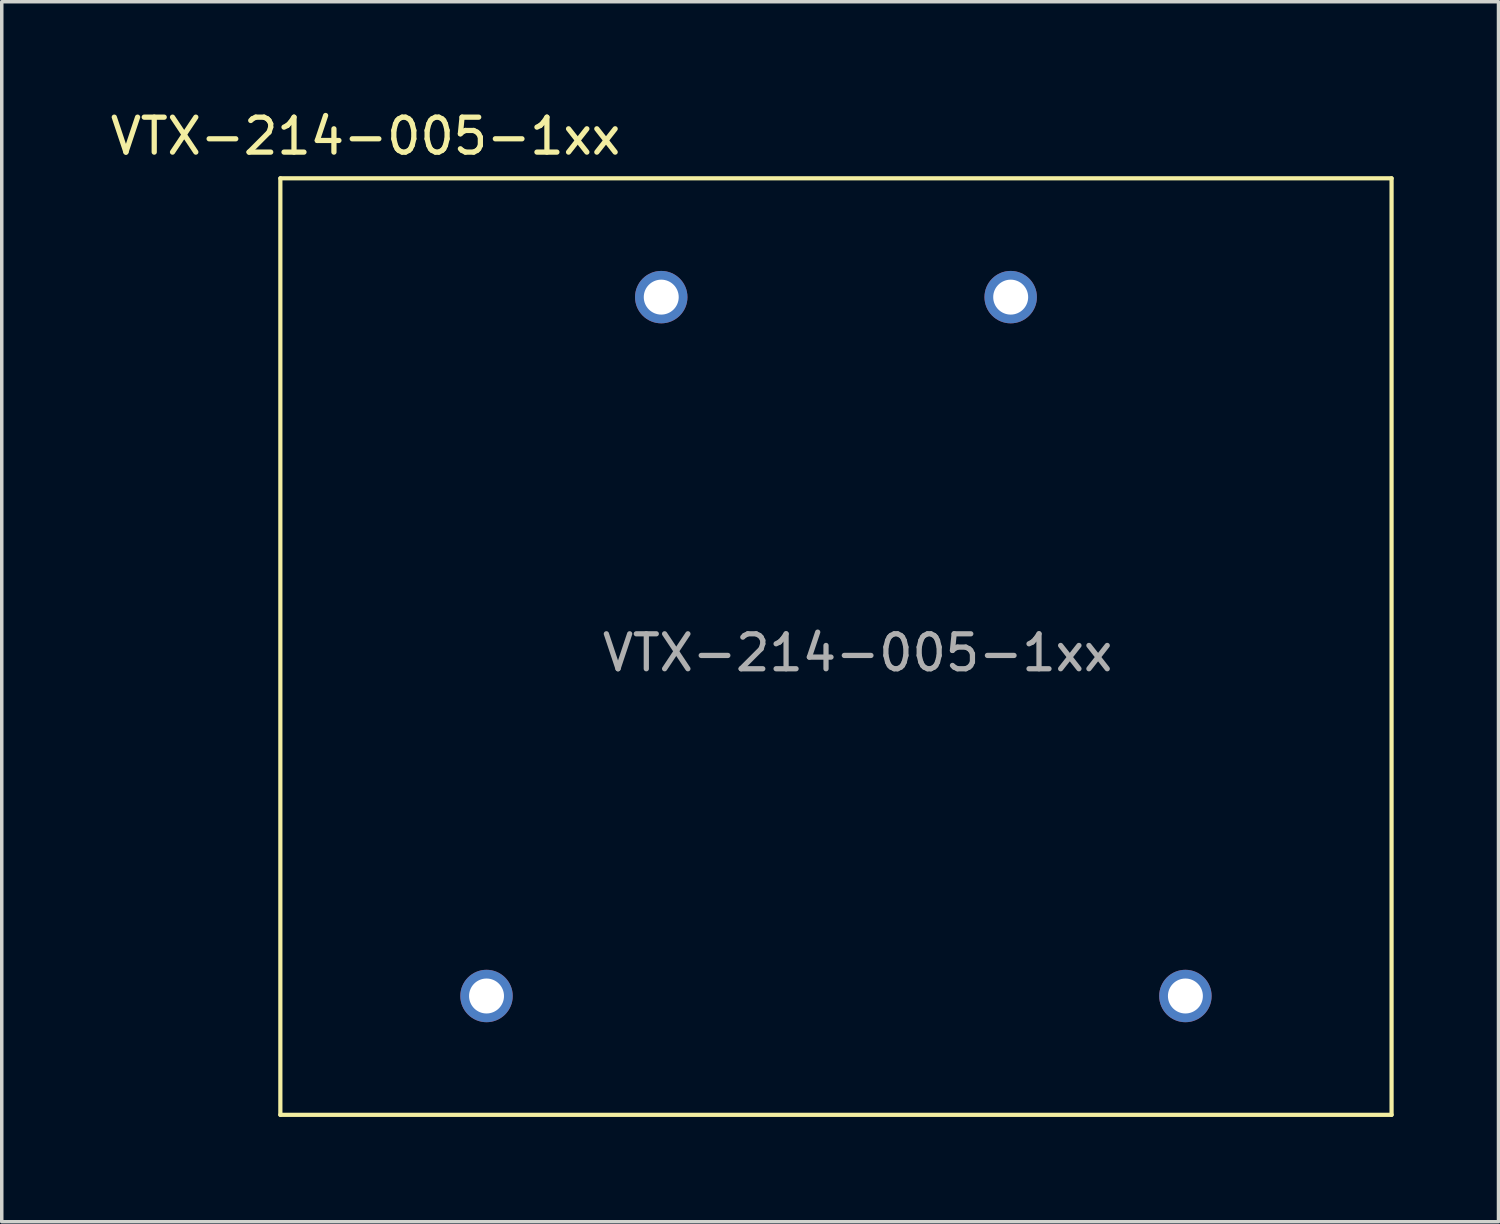
<source format=kicad_pcb>
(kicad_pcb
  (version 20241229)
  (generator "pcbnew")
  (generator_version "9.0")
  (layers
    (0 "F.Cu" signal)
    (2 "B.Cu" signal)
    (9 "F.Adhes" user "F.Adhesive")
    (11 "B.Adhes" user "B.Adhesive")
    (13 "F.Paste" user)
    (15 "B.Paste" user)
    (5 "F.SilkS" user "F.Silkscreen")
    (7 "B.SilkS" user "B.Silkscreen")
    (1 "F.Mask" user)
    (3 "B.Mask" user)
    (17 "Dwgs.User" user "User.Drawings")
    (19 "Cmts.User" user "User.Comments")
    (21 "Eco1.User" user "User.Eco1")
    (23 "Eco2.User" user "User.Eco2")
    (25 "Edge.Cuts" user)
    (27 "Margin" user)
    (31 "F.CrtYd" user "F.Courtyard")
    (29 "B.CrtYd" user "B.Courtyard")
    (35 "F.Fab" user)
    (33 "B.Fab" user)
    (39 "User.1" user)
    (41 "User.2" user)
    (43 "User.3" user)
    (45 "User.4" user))
  (footprint "VTX-214-005-1xx"
    (layer "F.Cu")
    (at 20.873 15.453)
    (property "Reference" "VTX-214-005-1xx" (at -13.462 -14.605 0) (layer "F.SilkS") (effects (font (size 1 1) (thickness 0.15))))
    (attr through_hole)
    (fp_line (start -15.9 -13.4) (end 15.9 -13.4) (stroke (width 0.12) (type solid)) (layer "F.SilkS"))
    (fp_line (start -15.9 13.4) (end -15.9 -13.4) (stroke (width 0.12) (type solid)) (layer "F.SilkS"))
    (fp_line (start 15.9 -13.4) (end 15.9 13.4) (stroke (width 0.12) (type solid)) (layer "F.SilkS"))
    (fp_line (start 15.9 13.4) (end -15.9 13.4) (stroke (width 0.12) (type solid)) (layer "F.SilkS"))
    (fp_text user "${REFERENCE}" (at 0.62 0.18 0) (layer "F.Fab") (effects (font (size 1 1) (thickness 0.15))))
    (pad "1" thru_hole circle (at 10 10) (size 1.5 1.5) (drill 1) (layers "*.Cu" "*.Mask"))
    (pad "2" thru_hole circle (at -10 10) (size 1.5 1.5) (drill 1) (layers "*.Cu" "*.Mask"))
    (pad "3" thru_hole circle (at -5 -10) (size 1.5 1.5) (drill 1) (layers "*.Cu" "*.Mask"))
    (pad "4" thru_hole circle (at 5 -10) (size 1.5 1.5) (drill 1) (layers "*.Cu" "*.Mask")))
  (gr_rect
    (start -3 -3)
    (end 39.833 31.913)
    (stroke (width 0.1) (type default))
    (fill no)
    (layer "Edge.Cuts")))
</source>
